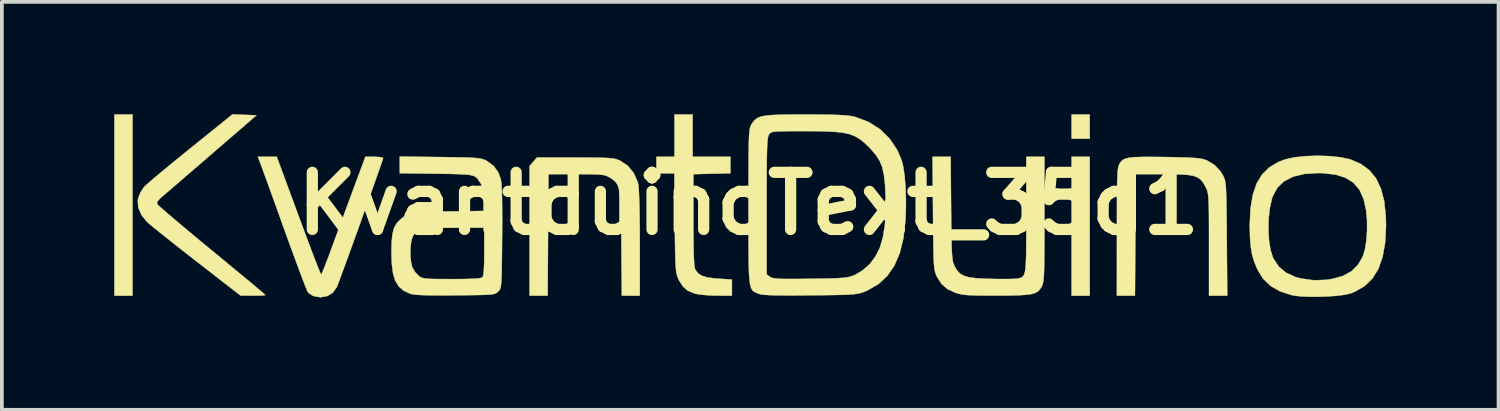
<source format=kicad_pcb>
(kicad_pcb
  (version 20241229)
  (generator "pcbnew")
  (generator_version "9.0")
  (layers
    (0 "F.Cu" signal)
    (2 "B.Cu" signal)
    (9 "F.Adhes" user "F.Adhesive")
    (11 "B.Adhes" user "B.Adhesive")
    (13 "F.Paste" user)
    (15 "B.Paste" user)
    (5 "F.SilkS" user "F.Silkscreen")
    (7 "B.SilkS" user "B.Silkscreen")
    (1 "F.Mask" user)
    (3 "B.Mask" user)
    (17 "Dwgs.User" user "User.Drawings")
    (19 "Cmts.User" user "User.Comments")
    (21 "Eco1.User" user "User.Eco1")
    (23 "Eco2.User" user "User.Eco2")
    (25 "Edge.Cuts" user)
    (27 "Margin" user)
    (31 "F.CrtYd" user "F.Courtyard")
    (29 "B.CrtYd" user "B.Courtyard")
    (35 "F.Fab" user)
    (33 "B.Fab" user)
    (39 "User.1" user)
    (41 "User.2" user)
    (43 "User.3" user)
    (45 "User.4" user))
  (footprint "KvantduinoText_35d1"
    (layer "F.Cu")
    (at 16.938 2.387)
    (property "Reference" "KvantduinoText_35d1" (at 0 0 0) (layer "F.SilkS") (effects (font (size 1.524 1.524) (thickness 0.3))))
    (attr through_hole)
    (fp_poly (pts (xy -16.45 2.459) (xy -16.933 2.459) (xy -16.933 -2.379) (xy -16.45 -2.379) (xy -16.45 2.459)) (stroke (width 0.01) (type solid)) (fill yes) (layer "F.SilkS"))
    (fp_poly (pts (xy 9.112 -1.734) (xy 8.628 -1.734) (xy 8.628 -2.379) (xy 9.112 -2.379) (xy 9.112 -1.734)) (stroke (width 0.01) (type solid)) (fill yes) (layer "F.SilkS"))
    (fp_poly (pts (xy 9.112 2.459) (xy 8.628 2.459) (xy 8.628 -1.25) (xy 9.112 -1.25) (xy 9.112 2.459)) (stroke (width 0.01) (type solid)) (fill yes) (layer "F.SilkS"))
    (fp_poly (pts (xy -1.492 -1.25) (xy -0.484 -1.25) (xy -0.484 -0.809) (xy -0.978 -0.798) (xy -1.472 -0.786) (xy -1.472 0.443) (xy -1.471 0.82) (xy -1.468 1.122) (xy -1.463 1.358) (xy -1.455 1.534) (xy -1.445 1.657) (xy -1.431 1.734) (xy -1.42 1.764) (xy -1.346 1.86) (xy -1.245 1.927) (xy -1.099 1.971) (xy -0.894 1.998) (xy -0.81 2.004) (xy -0.443 2.028) (xy -0.443 2.459) (xy -0.857 2.457) (xy -1.054 2.45) (xy -1.24 2.435) (xy -1.389 2.413) (xy -1.445 2.399) (xy -1.62 2.326) (xy -1.747 2.219) (xy -1.85 2.059) (xy -1.871 2.016) (xy -1.894 1.962) (xy -1.913 1.904) (xy -1.928 1.834) (xy -1.939 1.742) (xy -1.948 1.618) (xy -1.954 1.453) (xy -1.959 1.238) (xy -1.964 0.963) (xy -1.967 0.62) (xy -1.968 0.514) (xy -1.981 -0.806) (xy -2.459 -0.806) (xy -2.459 -1.25) (xy -1.976 -1.25) (xy -1.976 -2.379) (xy -1.492 -2.379) (xy -1.492 -1.25)) (stroke (width 0.01) (type solid)) (fill yes) (layer "F.SilkS"))
    (fp_poly (pts (xy -4.314 -1.229) (xy -4.068 -1.228) (xy -3.88 -1.224) (xy -3.739 -1.217) (xy -3.635 -1.207) (xy -3.556 -1.193) (xy -3.491 -1.173) (xy -3.429 -1.147) (xy -3.42 -1.142) (xy -3.221 -1.008) (xy -3.064 -0.816) (xy -2.962 -0.582) (xy -2.946 -0.52) (xy -2.934 -0.422) (xy -2.924 -0.251) (xy -2.915 -0.016) (xy -2.909 0.277) (xy -2.905 0.618) (xy -2.903 1.001) (xy -2.903 1.07) (xy -2.903 2.459) (xy -3.383 2.459) (xy -3.395 1.078) (xy -3.399 0.678) (xy -3.404 0.35) (xy -3.411 0.086) (xy -3.423 -0.122) (xy -3.44 -0.283) (xy -3.464 -0.405) (xy -3.496 -0.496) (xy -3.538 -0.564) (xy -3.592 -0.618) (xy -3.658 -0.666) (xy -3.703 -0.695) (xy -3.76 -0.727) (xy -3.818 -0.751) (xy -3.892 -0.767) (xy -3.994 -0.777) (xy -4.137 -0.783) (xy -4.335 -0.786) (xy -4.596 -0.786) (xy -5.342 -0.786) (xy -5.353 0.837) (xy -5.363 2.459) (xy -5.846 2.459) (xy -5.846 -1.003) (xy -5.749 -1.117) (xy -5.651 -1.23) (xy -4.63 -1.23) (xy -4.314 -1.229)) (stroke (width 0.01) (type solid)) (fill yes) (layer "F.SilkS"))
    (fp_poly (pts (xy -13.46 -2.37) (xy -13.139 -2.359) (xy -14.361 -1.304) (xy -14.633 -1.069) (xy -14.89 -0.848) (xy -15.124 -0.646) (xy -15.329 -0.47) (xy -15.496 -0.326) (xy -15.619 -0.22) (xy -15.691 -0.159) (xy -15.7 -0.151) (xy -15.778 -0.066) (xy -15.796 0.004) (xy -15.795 0.007) (xy -15.76 0.045) (xy -15.668 0.127) (xy -15.527 0.251) (xy -15.342 0.408) (xy -15.12 0.596) (xy -14.867 0.807) (xy -14.59 1.038) (xy -14.337 1.246) (xy -14.044 1.487) (xy -13.772 1.712) (xy -13.525 1.916) (xy -13.311 2.093) (xy -13.136 2.24) (xy -13.005 2.351) (xy -12.925 2.42) (xy -12.902 2.442) (xy -12.939 2.45) (xy -13.038 2.455) (xy -13.18 2.457) (xy -13.234 2.457) (xy -13.567 2.454) (xy -14.744 1.54) (xy -15.019 1.326) (xy -15.278 1.122) (xy -15.515 0.935) (xy -15.72 0.771) (xy -15.885 0.637) (xy -16.003 0.54) (xy -16.064 0.486) (xy -16.213 0.301) (xy -16.296 0.104) (xy -16.308 -0.09) (xy -16.293 -0.161) (xy -16.234 -0.3) (xy -16.153 -0.429) (xy -16.144 -0.44) (xy -16.089 -0.493) (xy -15.98 -0.59) (xy -15.823 -0.723) (xy -15.627 -0.887) (xy -15.399 -1.075) (xy -15.148 -1.28) (xy -14.912 -1.471) (xy -13.781 -2.382) (xy -13.46 -2.37)) (stroke (width 0.01) (type solid)) (fill yes) (layer "F.SilkS"))
    (fp_poly (pts (xy -12.017 0.323) (xy -11.892 0.659) (xy -11.776 0.971) (xy -11.67 1.251) (xy -11.579 1.49) (xy -11.504 1.68) (xy -11.45 1.815) (xy -11.419 1.885) (xy -11.413 1.894) (xy -11.392 1.858) (xy -11.349 1.759) (xy -11.29 1.609) (xy -11.218 1.423) (xy -11.173 1.299) (xy -11.095 1.087) (xy -10.996 0.818) (xy -10.884 0.514) (xy -10.766 0.194) (xy -10.649 -0.123) (xy -10.594 -0.272) (xy -10.231 -1.25) (xy -9.994 -1.25) (xy -9.868 -1.245) (xy -9.782 -1.231) (xy -9.757 -1.216) (xy -9.77 -1.171) (xy -9.808 -1.06) (xy -9.866 -0.892) (xy -9.942 -0.676) (xy -10.032 -0.422) (xy -10.133 -0.139) (xy -10.241 0.164) (xy -10.353 0.477) (xy -10.466 0.792) (xy -10.577 1.098) (xy -10.681 1.386) (xy -10.777 1.648) (xy -10.859 1.873) (xy -10.926 2.052) (xy -10.973 2.176) (xy -10.995 2.23) (xy -11.099 2.377) (xy -11.25 2.469) (xy -11.43 2.502) (xy -11.62 2.467) (xy -11.633 2.461) (xy -11.724 2.406) (xy -11.764 2.369) (xy -11.788 2.319) (xy -11.836 2.202) (xy -11.905 2.024) (xy -11.991 1.796) (xy -12.092 1.524) (xy -12.205 1.217) (xy -12.327 0.882) (xy -12.399 0.681) (xy -12.525 0.331) (xy -12.645 -0.001) (xy -12.754 -0.305) (xy -12.851 -0.573) (xy -12.932 -0.795) (xy -12.994 -0.964) (xy -13.033 -1.071) (xy -13.044 -1.099) (xy -13.103 -1.25) (xy -12.597 -1.25) (xy -12.017 0.323)) (stroke (width 0.01) (type solid)) (fill yes) (layer "F.SilkS"))
    (fp_poly (pts (xy 11.041 -1.245) (xy 11.211 -1.242) (xy 11.512 -1.236) (xy 11.743 -1.229) (xy 11.917 -1.219) (xy 12.045 -1.206) (xy 12.14 -1.188) (xy 12.213 -1.165) (xy 12.236 -1.156) (xy 12.442 -1.034) (xy 12.599 -0.868) (xy 12.674 -0.746) (xy 12.696 -0.702) (xy 12.714 -0.655) (xy 12.729 -0.596) (xy 12.74 -0.518) (xy 12.749 -0.412) (xy 12.756 -0.27) (xy 12.761 -0.082) (xy 12.765 0.158) (xy 12.768 0.461) (xy 12.772 0.834) (xy 12.772 0.937) (xy 12.784 2.459) (xy 12.297 2.459) (xy 12.297 1.097) (xy 12.297 0.729) (xy 12.296 0.433) (xy 12.294 0.199) (xy 12.29 0.019) (xy 12.284 -0.118) (xy 12.275 -0.219) (xy 12.263 -0.294) (xy 12.247 -0.352) (xy 12.227 -0.402) (xy 12.206 -0.444) (xy 12.145 -0.554) (xy 12.079 -0.637) (xy 11.996 -0.698) (xy 11.886 -0.74) (xy 11.737 -0.766) (xy 11.536 -0.78) (xy 11.274 -0.786) (xy 11.087 -0.786) (xy 10.341 -0.786) (xy 10.331 0.837) (xy 10.32 2.459) (xy 9.837 2.459) (xy 9.838 0.756) (xy 9.838 0.339) (xy 9.839 -0.004) (xy 9.84 -0.283) (xy 9.843 -0.504) (xy 9.847 -0.675) (xy 9.854 -0.804) (xy 9.862 -0.899) (xy 9.873 -0.967) (xy 9.887 -1.016) (xy 9.903 -1.054) (xy 9.916 -1.076) (xy 9.955 -1.13) (xy 10.004 -1.172) (xy 10.072 -1.203) (xy 10.17 -1.226) (xy 10.307 -1.24) (xy 10.491 -1.247) (xy 10.733 -1.248) (xy 11.041 -1.245)) (stroke (width 0.01) (type solid)) (fill yes) (layer "F.SilkS"))
    (fp_poly (pts (xy 5.41 0.131) (xy 5.414 0.504) (xy 5.418 0.805) (xy 5.422 1.043) (xy 5.428 1.228) (xy 5.436 1.367) (xy 5.445 1.471) (xy 5.458 1.547) (xy 5.474 1.605) (xy 5.495 1.654) (xy 5.503 1.672) (xy 5.568 1.783) (xy 5.645 1.866) (xy 5.745 1.925) (xy 5.881 1.965) (xy 6.066 1.991) (xy 6.312 2.005) (xy 6.481 2.01) (xy 6.703 2.014) (xy 6.903 2.014) (xy 7.064 2.01) (xy 7.169 2.004) (xy 7.194 2) (xy 7.25 1.986) (xy 7.295 1.969) (xy 7.332 1.941) (xy 7.36 1.895) (xy 7.382 1.824) (xy 7.397 1.72) (xy 7.407 1.575) (xy 7.414 1.382) (xy 7.417 1.134) (xy 7.418 0.822) (xy 7.418 0.44) (xy 7.418 0.3) (xy 7.418 -1.25) (xy 7.902 -1.25) (xy 7.902 0.414) (xy 7.902 0.826) (xy 7.901 1.166) (xy 7.899 1.441) (xy 7.896 1.659) (xy 7.892 1.828) (xy 7.885 1.955) (xy 7.876 2.049) (xy 7.864 2.117) (xy 7.85 2.168) (xy 7.832 2.208) (xy 7.827 2.218) (xy 7.783 2.289) (xy 7.729 2.345) (xy 7.654 2.386) (xy 7.55 2.416) (xy 7.405 2.436) (xy 7.21 2.448) (xy 6.954 2.454) (xy 6.629 2.456) (xy 6.612 2.456) (xy 6.312 2.455) (xy 6.08 2.452) (xy 5.903 2.446) (xy 5.769 2.435) (xy 5.664 2.419) (xy 5.576 2.397) (xy 5.532 2.383) (xy 5.315 2.283) (xy 5.155 2.146) (xy 5.033 1.954) (xy 5.024 1.935) (xy 5.002 1.885) (xy 4.984 1.831) (xy 4.97 1.766) (xy 4.958 1.681) (xy 4.949 1.567) (xy 4.943 1.416) (xy 4.938 1.218) (xy 4.934 0.966) (xy 4.93 0.651) (xy 4.927 0.264) (xy 4.927 0.252) (xy 4.914 -1.25) (xy 5.398 -1.25) (xy 5.41 0.131)) (stroke (width 0.01) (type solid)) (fill yes) (layer "F.SilkS"))
    (fp_poly (pts (xy 15.487 -1.27) (xy 15.782 -1.241) (xy 16.029 -1.192) (xy 16.07 -1.18) (xy 16.351 -1.06) (xy 16.581 -0.891) (xy 16.76 -0.67) (xy 16.892 -0.392) (xy 16.977 -0.054) (xy 17.019 0.348) (xy 17.024 0.605) (xy 17 1.049) (xy 16.932 1.427) (xy 16.82 1.743) (xy 16.661 2) (xy 16.453 2.202) (xy 16.195 2.351) (xy 16.067 2.401) (xy 15.921 2.434) (xy 15.715 2.461) (xy 15.472 2.478) (xy 15.212 2.487) (xy 14.958 2.486) (xy 14.73 2.475) (xy 14.55 2.454) (xy 14.514 2.446) (xy 14.194 2.344) (xy 13.938 2.197) (xy 13.737 2) (xy 13.592 1.762) (xy 13.509 1.565) (xy 13.45 1.371) (xy 13.413 1.159) (xy 13.392 0.91) (xy 13.388 0.707) (xy 13.883 0.707) (xy 13.9 0.992) (xy 13.942 1.245) (xy 14.006 1.444) (xy 14.016 1.465) (xy 14.162 1.684) (xy 14.355 1.846) (xy 14.605 1.96) (xy 14.756 2) (xy 15.098 2.048) (xy 15.437 2.035) (xy 15.584 2.012) (xy 15.875 1.931) (xy 16.105 1.804) (xy 16.282 1.625) (xy 16.405 1.41) (xy 16.46 1.231) (xy 16.499 0.996) (xy 16.518 0.729) (xy 16.517 0.452) (xy 16.494 0.19) (xy 16.494 0.186) (xy 16.426 -0.121) (xy 16.316 -0.367) (xy 16.157 -0.555) (xy 15.946 -0.69) (xy 15.677 -0.774) (xy 15.346 -0.813) (xy 15.22 -0.816) (xy 14.853 -0.794) (xy 14.548 -0.722) (xy 14.304 -0.598) (xy 14.121 -0.422) (xy 13.998 -0.194) (xy 13.977 -0.13) (xy 13.92 0.124) (xy 13.889 0.411) (xy 13.883 0.707) (xy 13.388 0.707) (xy 13.385 0.602) (xy 13.385 0.571) (xy 13.405 0.139) (xy 13.464 -0.227) (xy 13.566 -0.53) (xy 13.713 -0.776) (xy 13.908 -0.969) (xy 14.153 -1.113) (xy 14.332 -1.181) (xy 14.566 -1.234) (xy 14.854 -1.266) (xy 15.169 -1.278) (xy 15.487 -1.27)) (stroke (width 0.01) (type solid)) (fill yes) (layer "F.SilkS"))
    (fp_poly (pts (xy -8.235 -1.243) (xy -7.91 -1.238) (xy -7.656 -1.234) (xy -7.461 -1.228) (xy -7.315 -1.221) (xy -7.208 -1.21) (xy -7.129 -1.196) (xy -7.068 -1.177) (xy -7.014 -1.153) (xy -6.988 -1.14) (xy -6.803 -1.004) (xy -6.676 -0.823) (xy -6.613 -0.642) (xy -6.598 -0.537) (xy -6.588 -0.353) (xy -6.581 -0.09) (xy -6.578 0.251) (xy -6.578 0.668) (xy -6.58 0.896) (xy -6.583 1.263) (xy -6.587 1.557) (xy -6.59 1.788) (xy -6.595 1.965) (xy -6.602 2.094) (xy -6.611 2.186) (xy -6.623 2.249) (xy -6.639 2.291) (xy -6.659 2.321) (xy -6.683 2.347) (xy -6.684 2.347) (xy -6.714 2.375) (xy -6.748 2.397) (xy -6.796 2.413) (xy -6.868 2.425) (xy -6.974 2.433) (xy -7.124 2.439) (xy -7.328 2.443) (xy -7.595 2.446) (xy -7.833 2.448) (xy -8.179 2.451) (xy -8.453 2.45) (xy -8.665 2.445) (xy -8.824 2.438) (xy -8.939 2.426) (xy -9.02 2.41) (xy -9.045 2.402) (xy -9.214 2.321) (xy -9.342 2.21) (xy -9.433 2.059) (xy -9.493 1.859) (xy -9.526 1.599) (xy -9.533 1.372) (xy -9.029 1.372) (xy -9.013 1.554) (xy -8.98 1.697) (xy -8.976 1.708) (xy -8.903 1.829) (xy -8.809 1.928) (xy -8.766 1.959) (xy -8.718 1.981) (xy -8.652 1.997) (xy -8.556 2.007) (xy -8.418 2.013) (xy -8.226 2.015) (xy -7.966 2.016) (xy -7.925 2.016) (xy -7.621 2.014) (xy -7.393 2.008) (xy -7.233 1.998) (xy -7.138 1.983) (xy -7.104 1.967) (xy -7.083 1.912) (xy -7.068 1.79) (xy -7.059 1.598) (xy -7.056 1.331) (xy -7.056 1.282) (xy -7.056 0.645) (xy -7.864 0.645) (xy -8.174 0.647) (xy -8.414 0.653) (xy -8.595 0.666) (xy -8.728 0.688) (xy -8.822 0.722) (xy -8.89 0.769) (xy -8.94 0.833) (xy -8.97 0.886) (xy -9.007 1.008) (xy -9.027 1.181) (xy -9.029 1.372) (xy -9.533 1.372) (xy -9.535 1.29) (xy -9.529 1.017) (xy -9.507 0.808) (xy -9.464 0.649) (xy -9.393 0.523) (xy -9.29 0.416) (xy -9.196 0.343) (xy -9.024 0.222) (xy -8.04 0.209) (xy -7.056 0.196) (xy -7.056 -0.062) (xy -7.078 -0.316) (xy -7.141 -0.523) (xy -7.242 -0.673) (xy -7.291 -0.713) (xy -7.333 -0.737) (xy -7.39 -0.755) (xy -7.471 -0.769) (xy -7.587 -0.779) (xy -7.749 -0.787) (xy -7.967 -0.793) (xy -8.252 -0.797) (xy -8.356 -0.799) (xy -9.313 -0.812) (xy -9.313 -1.256) (xy -8.235 -1.243)) (stroke (width 0.01) (type solid)) (fill yes) (layer "F.SilkS"))
    (fp_poly (pts (xy 1.876 -2.378) (xy 2.162 -2.374) (xy 2.388 -2.368) (xy 2.564 -2.358) (xy 2.699 -2.344) (xy 2.805 -2.326) (xy 2.841 -2.317) (xy 3.2 -2.184) (xy 3.513 -1.986) (xy 3.774 -1.729) (xy 3.979 -1.418) (xy 4.092 -1.149) (xy 4.136 -0.969) (xy 4.169 -0.726) (xy 4.192 -0.439) (xy 4.204 -0.124) (xy 4.202 0.2) (xy 4.19 0.457) (xy 4.137 0.92) (xy 4.04 1.318) (xy 3.897 1.653) (xy 3.707 1.93) (xy 3.468 2.15) (xy 3.177 2.318) (xy 3.106 2.348) (xy 3.04 2.373) (xy 2.973 2.393) (xy 2.896 2.409) (xy 2.799 2.421) (xy 2.672 2.43) (xy 2.505 2.436) (xy 2.288 2.441) (xy 2.011 2.445) (xy 1.665 2.448) (xy 1.633 2.448) (xy 1.263 2.451) (xy 0.966 2.451) (xy 0.732 2.449) (xy 0.555 2.444) (xy 0.424 2.435) (xy 0.333 2.424) (xy 0.272 2.409) (xy 0.257 2.403) (xy 0.201 2.378) (xy 0.154 2.355) (xy 0.115 2.325) (xy 0.084 2.282) (xy 0.058 2.221) (xy 0.038 2.133) (xy 0.024 2.013) (xy 0.013 1.855) (xy 0.007 1.65) (xy 0.003 1.394) (xy 0.001 1.078) (xy -0.000024 0.698) (xy -0.000014 0.245) (xy 0 0.087) (xy 0.000003 0.067) (xy 0.484 0.067) (xy 0.484 1.89) (xy 0.575 1.956) (xy 0.612 1.976) (xy 0.666 1.991) (xy 0.748 2.002) (xy 0.866 2.009) (xy 1.032 2.012) (xy 1.255 2.012) (xy 1.545 2.009) (xy 1.653 2.007) (xy 1.963 2.003) (xy 2.204 1.998) (xy 2.388 1.991) (xy 2.525 1.982) (xy 2.629 1.97) (xy 2.709 1.953) (xy 2.779 1.93) (xy 2.849 1.901) (xy 2.854 1.899) (xy 3.039 1.788) (xy 3.216 1.636) (xy 3.245 1.605) (xy 3.394 1.405) (xy 3.509 1.173) (xy 3.59 0.899) (xy 3.641 0.574) (xy 3.663 0.189) (xy 3.66 -0.199) (xy 3.645 -0.514) (xy 3.617 -0.766) (xy 3.572 -0.969) (xy 3.503 -1.14) (xy 3.404 -1.296) (xy 3.271 -1.451) (xy 3.206 -1.518) (xy 3.081 -1.636) (xy 2.962 -1.73) (xy 2.837 -1.802) (xy 2.695 -1.856) (xy 2.524 -1.893) (xy 2.314 -1.916) (xy 2.052 -1.929) (xy 1.727 -1.935) (xy 1.51 -1.935) (xy 1.218 -1.935) (xy 0.997 -1.934) (xy 0.834 -1.93) (xy 0.721 -1.924) (xy 0.647 -1.913) (xy 0.6 -1.897) (xy 0.57 -1.876) (xy 0.547 -1.847) (xy 0.547 -1.846) (xy 0.532 -1.816) (xy 0.519 -1.769) (xy 0.509 -1.697) (xy 0.501 -1.593) (xy 0.495 -1.452) (xy 0.49 -1.264) (xy 0.487 -1.024) (xy 0.485 -0.724) (xy 0.484 -0.357) (xy 0.484 0.067) (xy 0.000003 0.067) (xy 0.000095 -0.376) (xy 0.001 -0.764) (xy 0.002 -1.086) (xy 0.004 -1.348) (xy 0.007 -1.557) (xy 0.011 -1.72) (xy 0.017 -1.844) (xy 0.025 -1.935) (xy 0.035 -2.001) (xy 0.048 -2.049) (xy 0.063 -2.086) (xy 0.081 -2.117) (xy 0.081 -2.118) (xy 0.13 -2.19) (xy 0.183 -2.248) (xy 0.25 -2.293) (xy 0.339 -2.326) (xy 0.461 -2.349) (xy 0.624 -2.365) (xy 0.839 -2.373) (xy 1.114 -2.378) (xy 1.458 -2.379) (xy 1.52 -2.379) (xy 1.876 -2.378)) (stroke (width 0.01) (type solid)) (fill yes) (layer "F.SilkS")))
  (gr_rect
    (start -3 -3)
    (end 36.967 7.893)
    (stroke (width 0.1) (type default))
    (fill no)
    (layer "Edge.Cuts")))
</source>
